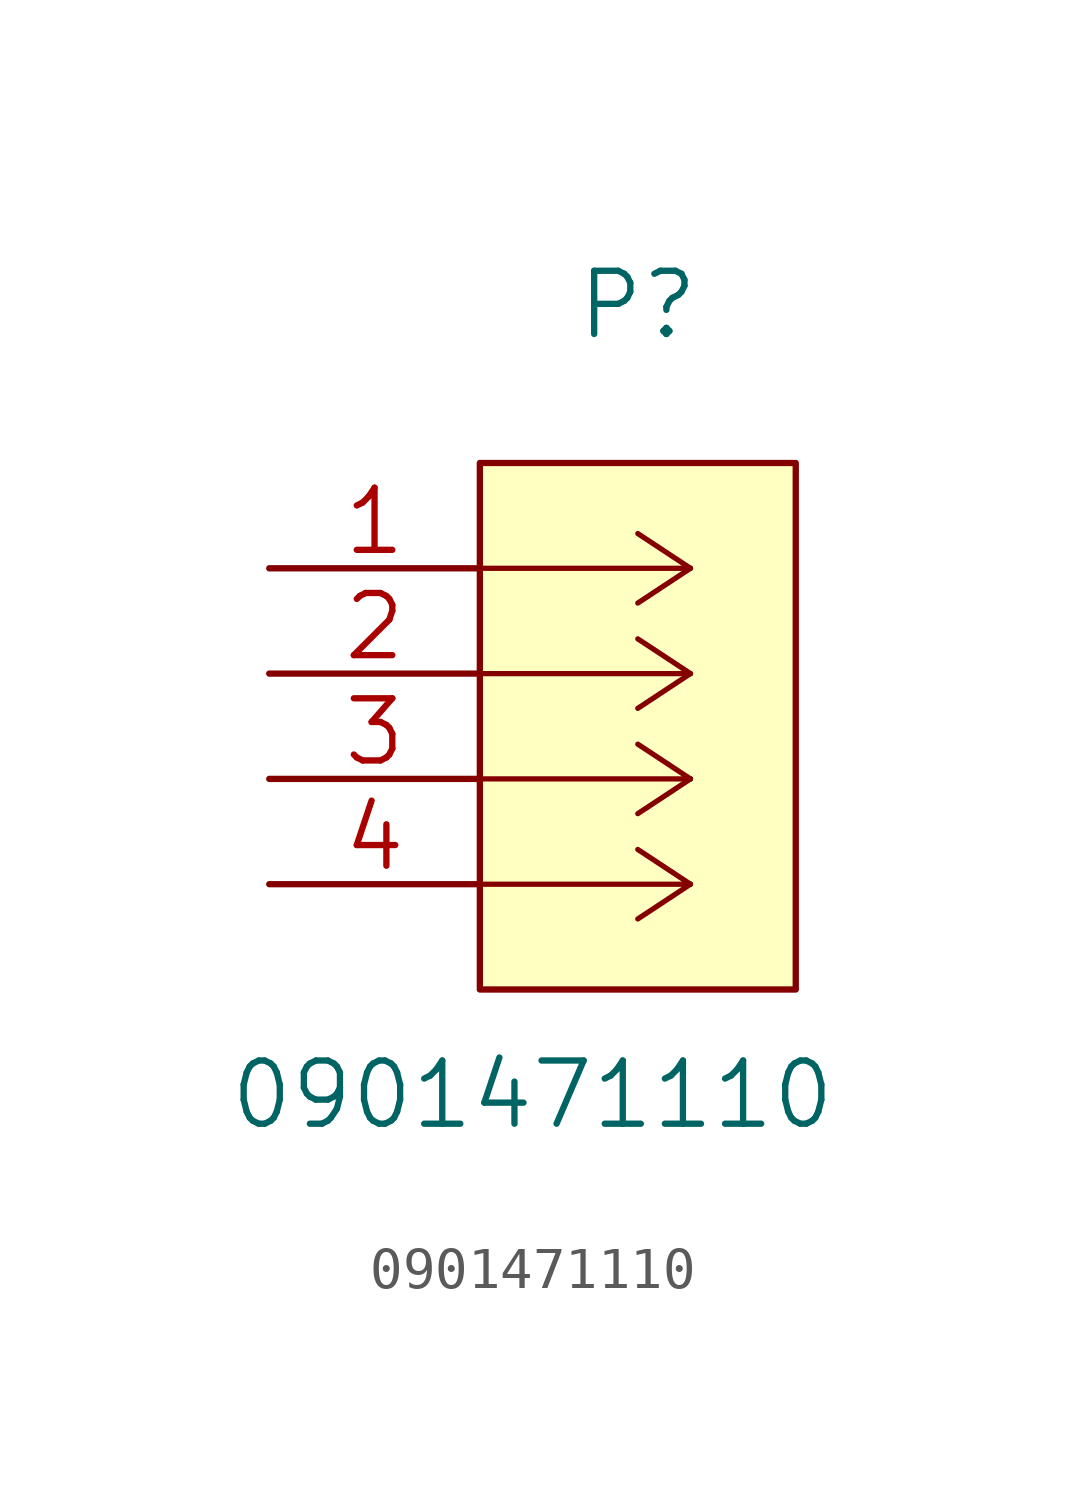
<source format=kicad_sym>
(kicad_symbol_lib
  (version 20211014)
  (generator kicad_symbol_editor)
  (symbol "0901471110"
    (pin_names
      (offset 0.254) hide)
    (property "Reference" "P"
      (at 8.89 6.35 0)
      (effects (font (size 1.524 1.524))))
    (property "Value" "0901471110"
      (at 6.35 -12.7 0)
      (effects (font (size 1.524 1.524))))
    (symbol "0901471110_0_1"
      (rectangle (start 5.08 2.54) (end 12.7 -10.16) (stroke (width 0) (type default) (color 0 0 0 0)) (fill (type background))))
    (symbol "0901471110_1_1"
      (polyline (pts (xy 10.16 -7.62) (xy 5.08 -7.62)) (stroke (width 0.127) (type default) (color 0 0 0 0)) (fill (type none)))
      (polyline (pts (xy 10.16 -7.62) (xy 8.89 -8.458)) (stroke (width 0.127) (type default) (color 0 0 0 0)) (fill (type none)))
      (polyline (pts (xy 10.16 -7.62) (xy 8.89 -6.782)) (stroke (width 0.127) (type default) (color 0 0 0 0)) (fill (type none)))
      (polyline (pts (xy 10.16 -5.08) (xy 5.08 -5.08)) (stroke (width 0.127) (type default) (color 0 0 0 0)) (fill (type none)))
      (polyline (pts (xy 10.16 -5.08) (xy 8.89 -5.918)) (stroke (width 0.127) (type default) (color 0 0 0 0)) (fill (type none)))
      (polyline (pts (xy 10.16 -5.08) (xy 8.89 -4.242)) (stroke (width 0.127) (type default) (color 0 0 0 0)) (fill (type none)))
      (polyline (pts (xy 10.16 -2.54) (xy 5.08 -2.54)) (stroke (width 0.127) (type default) (color 0 0 0 0)) (fill (type none)))
      (polyline (pts (xy 10.16 -2.54) (xy 8.89 -3.378)) (stroke (width 0.127) (type default) (color 0 0 0 0)) (fill (type none)))
      (polyline (pts (xy 10.16 -2.54) (xy 8.89 -1.702)) (stroke (width 0.127) (type default) (color 0 0 0 0)) (fill (type none)))
      (polyline (pts (xy 10.16 0) (xy 5.08 0)) (stroke (width 0.127) (type default) (color 0 0 0 0)) (fill (type none)))
      (polyline (pts (xy 10.16 0) (xy 8.89 -0.838)) (stroke (width 0.127) (type default) (color 0 0 0 0)) (fill (type none)))
      (polyline (pts (xy 10.16 0) (xy 8.89 0.838)) (stroke (width 0.127) (type default) (color 0 0 0 0)) (fill (type none)))
      (pin passive line (at 0 0 0) (length 5.08) (name "1" (effects (font (size 1.499 1.499)))) (number "1" (effects (font (size 1.499 1.499)))))
      (pin passive line (at 0 -2.54 0) (length 5.08) (name "2" (effects (font (size 1.499 1.499)))) (number "2" (effects (font (size 1.499 1.499)))))
      (pin passive line (at 0 -5.08 0) (length 5.08) (name "3" (effects (font (size 1.499 1.499)))) (number "3" (effects (font (size 1.499 1.499)))))
      (pin passive line (at 0 -7.62 0) (length 5.08) (name "4" (effects (font (size 1.499 1.499)))) (number "4" (effects (font (size 1.499 1.499))))))))
</source>
